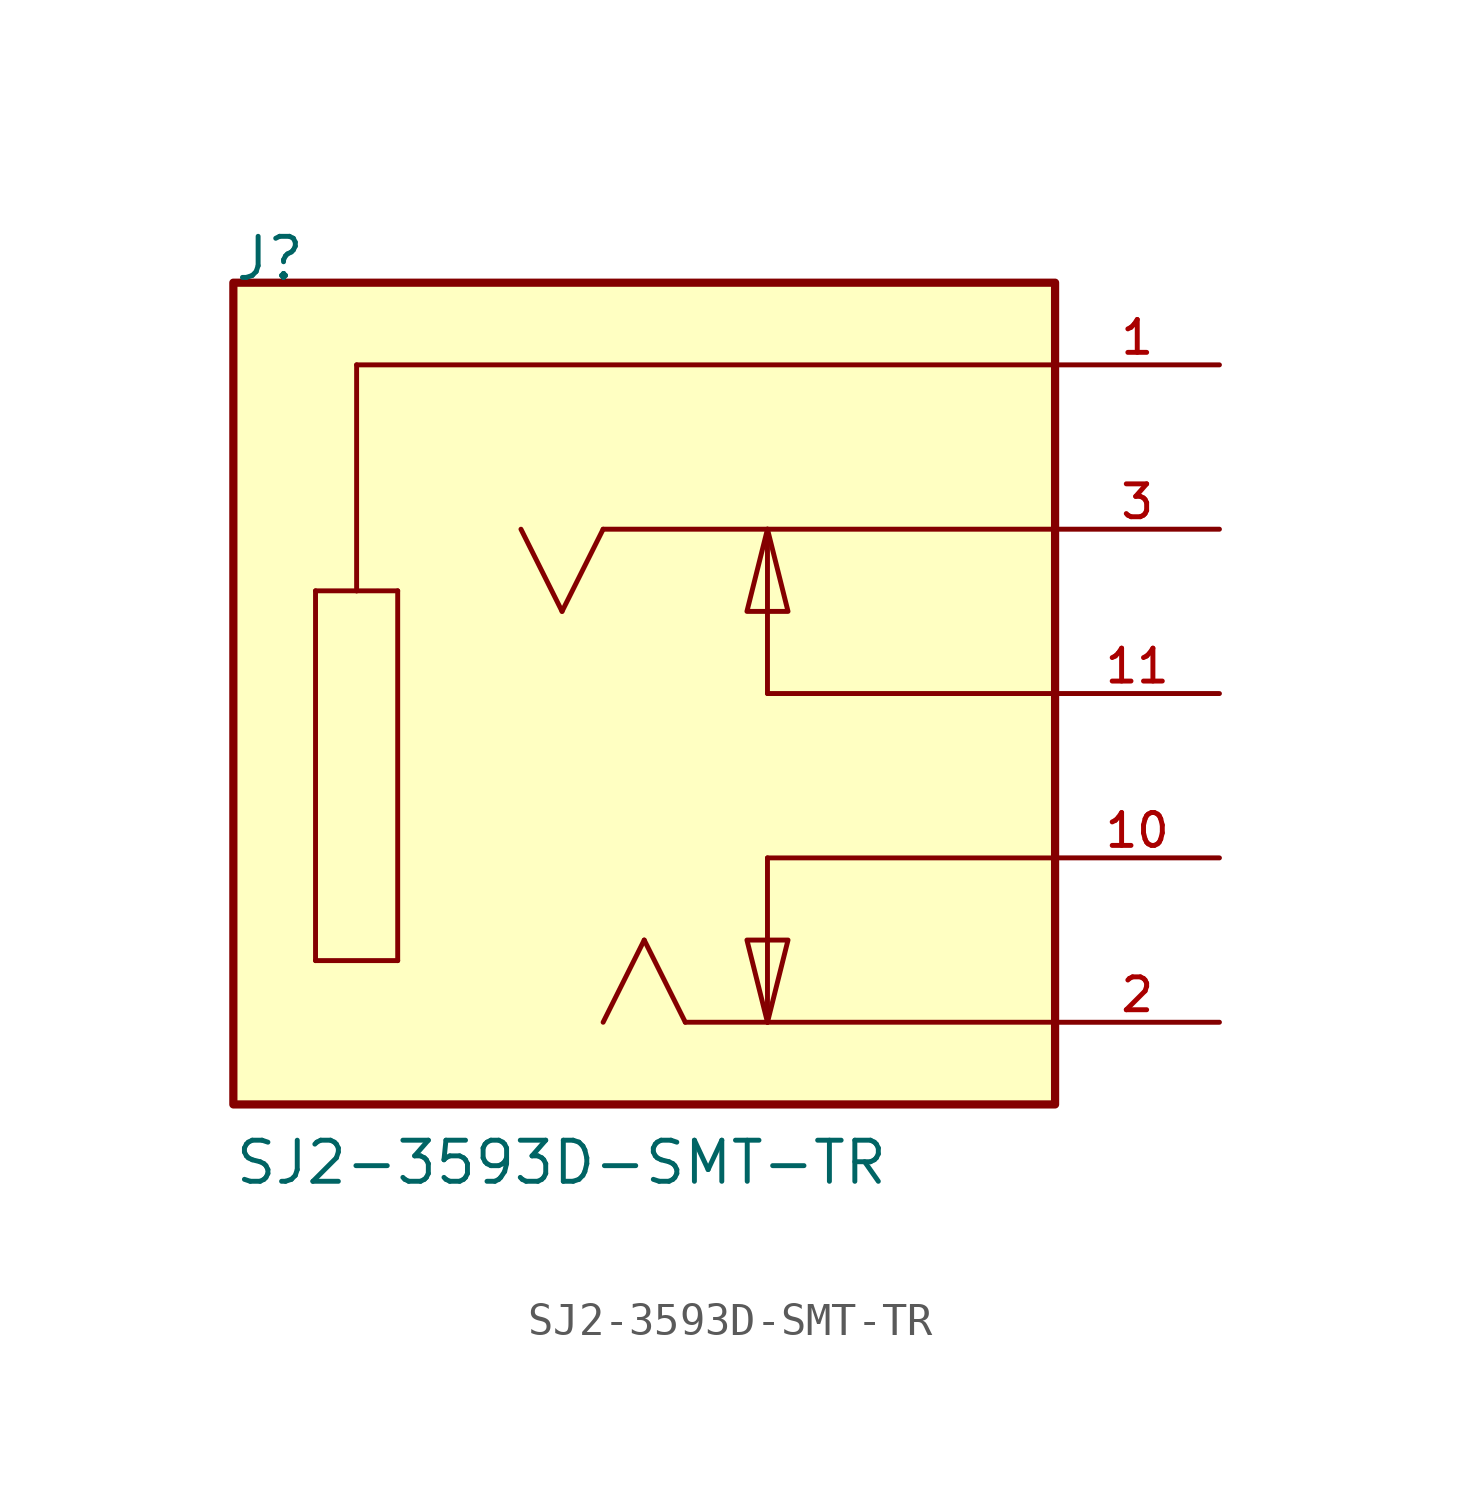
<source format=kicad_sym>
(kicad_symbol_lib
  (version 20211014)
  (generator kicad_symbol_editor)
  (symbol "SJ2-3593D-SMT-TR"
    (pin_names
      (offset 1.016) hide)
    (property "Reference" "J"
      (at -12.7 12.7 0)
      (effects (font (size 1.27 1.27)) (justify left bottom)))
    (property "Value" "SJ2-3593D-SMT-TR"
      (at -12.7 -15.24 0)
      (effects (font (size 1.27 1.27)) (justify left bottom)))
    (property "ki_locked" ""
      (at 0 0 0)
      (effects (font (size 1.27 1.27))))
    (symbol "SJ2-3593D-SMT-TR_0_0"
      (rectangle (start -12.7 -12.7) (end 12.7 12.7) (stroke (width 0.254) (type default) (color 0 0 0 0)) (fill (type background)))
      (polyline (pts (xy -10.16 -8.255) (xy -10.16 3.175)) (stroke (width 0.152) (type default) (color 0 0 0 0)) (fill (type none)))
      (polyline (pts (xy -10.16 3.175) (xy -8.89 3.175)) (stroke (width 0.152) (type default) (color 0 0 0 0)) (fill (type none)))
      (polyline (pts (xy -8.89 3.175) (xy -7.62 3.175)) (stroke (width 0.152) (type default) (color 0 0 0 0)) (fill (type none)))
      (polyline (pts (xy -8.89 10.16) (xy -8.89 3.175)) (stroke (width 0.152) (type default) (color 0 0 0 0)) (fill (type none)))
      (polyline (pts (xy -7.62 -8.255) (xy -10.16 -8.255)) (stroke (width 0.152) (type default) (color 0 0 0 0)) (fill (type none)))
      (polyline (pts (xy -7.62 3.175) (xy -7.62 -8.255)) (stroke (width 0.152) (type default) (color 0 0 0 0)) (fill (type none)))
      (polyline (pts (xy -2.54 2.54) (xy -3.81 5.08)) (stroke (width 0.152) (type default) (color 0 0 0 0)) (fill (type none)))
      (polyline (pts (xy -1.27 5.08) (xy -2.54 2.54)) (stroke (width 0.152) (type default) (color 0 0 0 0)) (fill (type none)))
      (polyline (pts (xy 0 -7.62) (xy -1.27 -10.16)) (stroke (width 0.152) (type default) (color 0 0 0 0)) (fill (type none)))
      (polyline (pts (xy 1.27 -10.16) (xy 0 -7.62)) (stroke (width 0.152) (type default) (color 0 0 0 0)) (fill (type none)))
      (polyline (pts (xy 3.81 -10.16) (xy 1.27 -10.16)) (stroke (width 0.152) (type default) (color 0 0 0 0)) (fill (type none)))
      (polyline (pts (xy 3.81 -10.16) (xy 3.81 -5.08)) (stroke (width 0.152) (type default) (color 0 0 0 0)) (fill (type none)))
      (polyline (pts (xy 3.81 0) (xy 3.81 5.08)) (stroke (width 0.152) (type default) (color 0 0 0 0)) (fill (type none)))
      (polyline (pts (xy 3.81 5.08) (xy -1.27 5.08)) (stroke (width 0.152) (type default) (color 0 0 0 0)) (fill (type none)))
      (polyline (pts (xy 12.7 -10.16) (xy 3.81 -10.16)) (stroke (width 0.152) (type default) (color 0 0 0 0)) (fill (type none)))
      (polyline (pts (xy 12.7 -5.08) (xy 3.81 -5.08)) (stroke (width 0.152) (type default) (color 0 0 0 0)) (fill (type none)))
      (polyline (pts (xy 12.7 0) (xy 3.81 0)) (stroke (width 0.152) (type default) (color 0 0 0 0)) (fill (type none)))
      (polyline (pts (xy 12.7 5.08) (xy 3.81 5.08)) (stroke (width 0.152) (type default) (color 0 0 0 0)) (fill (type none)))
      (polyline (pts (xy 12.7 10.16) (xy -8.89 10.16)) (stroke (width 0.152) (type default) (color 0 0 0 0)) (fill (type none)))
      (polyline (pts (xy 3.81 -10.16) (xy 4.445 -7.62) (xy 3.175 -7.62) (xy 3.81 -10.16)) (stroke (width 0.152) (type default) (color 0 0 0 0)) (fill (type background)))
      (polyline (pts (xy 3.81 5.08) (xy 3.175 2.54) (xy 4.445 2.54) (xy 3.81 5.08)) (stroke (width 0.152) (type default) (color 0 0 0 0)) (fill (type background)))
      (pin passive line (at 17.78 10.16 180) (length 5.08) (name "~" (effects (font (size 1.016 1.016)))) (number "1" (effects (font (size 1.016 1.016)))))
      (pin passive line (at 17.78 -5.08 180) (length 5.08) (name "~" (effects (font (size 1.016 1.016)))) (number "10" (effects (font (size 1.016 1.016)))))
      (pin passive line (at 17.78 0 180) (length 5.08) (name "~" (effects (font (size 1.016 1.016)))) (number "11" (effects (font (size 1.016 1.016)))))
      (pin passive line (at 17.78 -10.16 180) (length 5.08) (name "~" (effects (font (size 1.016 1.016)))) (number "2" (effects (font (size 1.016 1.016)))))
      (pin passive line (at 17.78 5.08 180) (length 5.08) (name "~" (effects (font (size 1.016 1.016)))) (number "3" (effects (font (size 1.016 1.016))))))))
</source>
